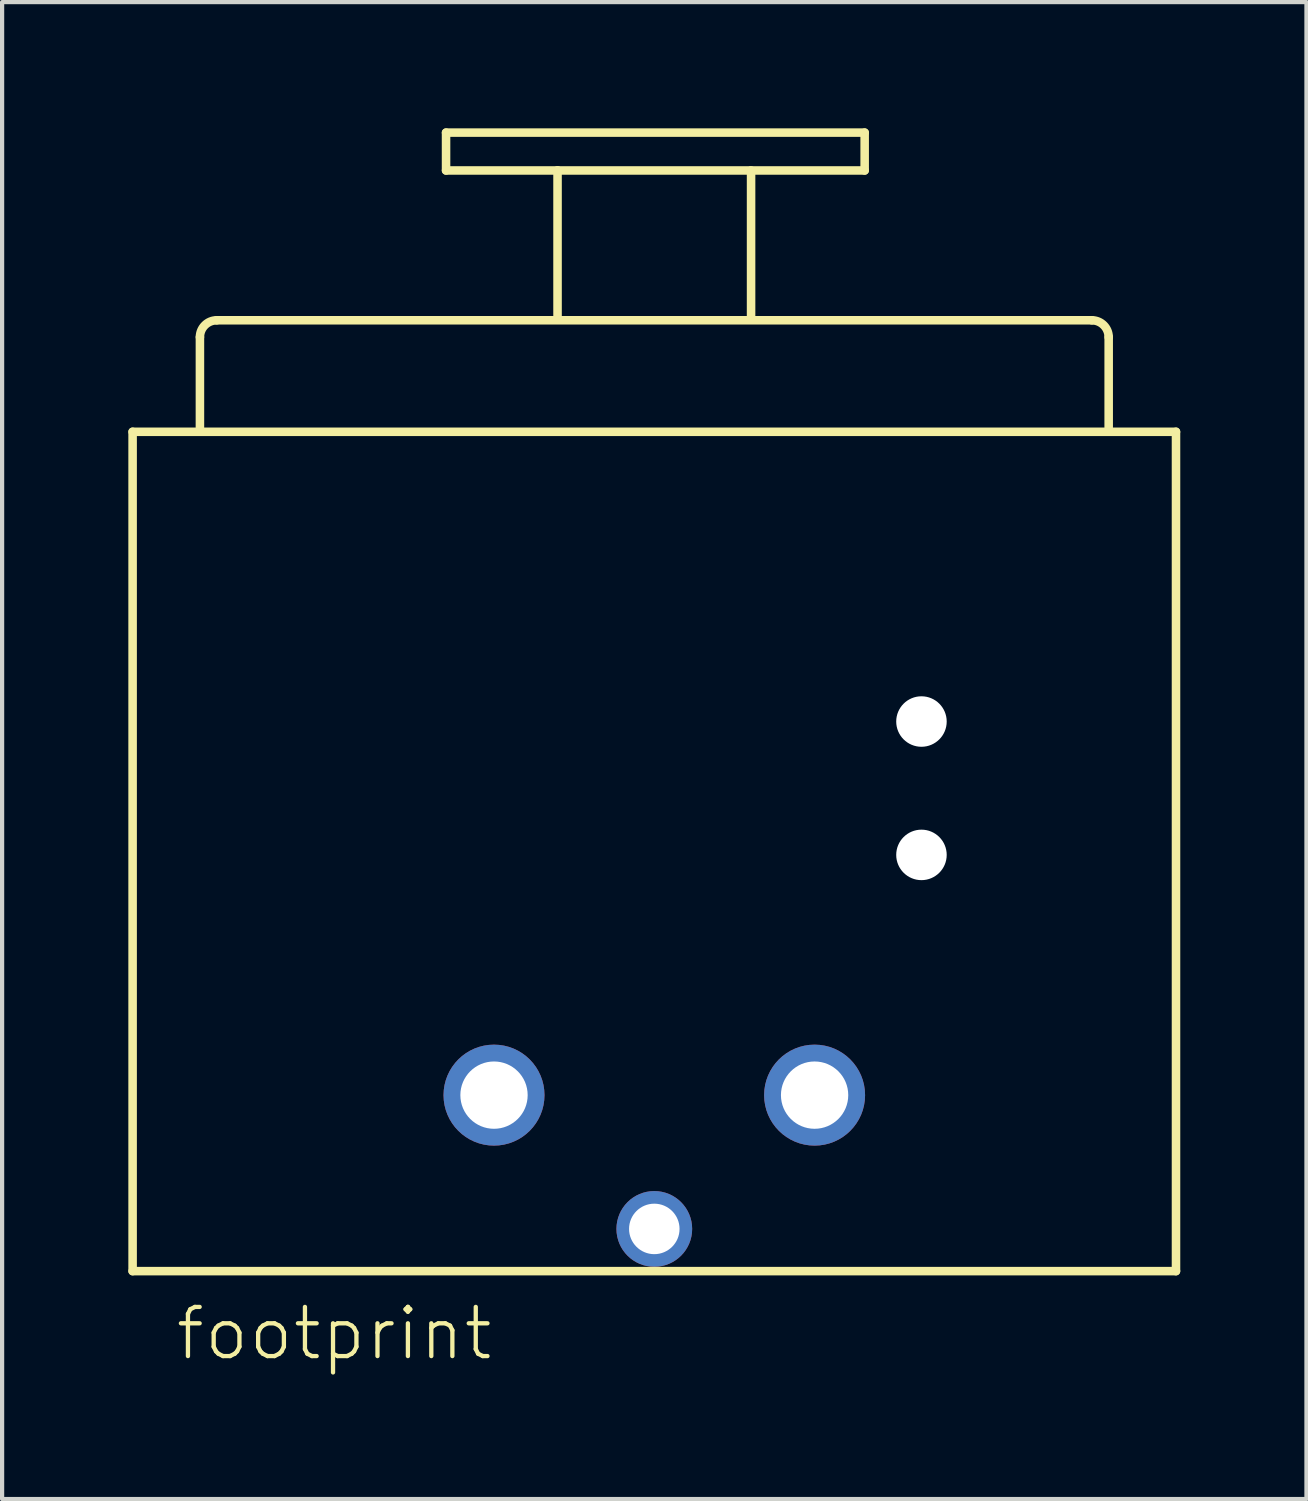
<source format=kicad_pcb>
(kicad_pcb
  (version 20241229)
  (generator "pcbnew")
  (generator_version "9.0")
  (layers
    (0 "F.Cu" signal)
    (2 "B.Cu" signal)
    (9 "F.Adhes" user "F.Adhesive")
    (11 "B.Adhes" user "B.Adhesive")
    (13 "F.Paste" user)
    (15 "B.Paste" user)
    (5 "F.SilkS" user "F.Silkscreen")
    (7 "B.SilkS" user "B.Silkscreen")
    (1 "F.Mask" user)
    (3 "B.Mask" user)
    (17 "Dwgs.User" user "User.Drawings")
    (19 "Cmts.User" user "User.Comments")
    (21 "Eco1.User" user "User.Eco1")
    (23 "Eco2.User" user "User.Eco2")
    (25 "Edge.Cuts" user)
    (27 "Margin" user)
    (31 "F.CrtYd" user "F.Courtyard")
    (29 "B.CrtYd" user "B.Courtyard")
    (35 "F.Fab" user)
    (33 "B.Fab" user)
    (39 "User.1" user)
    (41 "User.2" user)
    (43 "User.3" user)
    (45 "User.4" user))
  (footprint "footprint"
    (layer "F.Cu")
    (at 12.502 26.16)
    (property "Reference" "footprint" (at -11.43 3.17 0) (layer "F.SilkS") (effects (font (size 1.168 1.168) (thickness 0.102)) (justify left bottom)))
    (fp_line (start -12.4 -18.947) (end 12.4 -18.947) (stroke (width 0.203) (type solid)) (layer "F.SilkS"))
    (fp_line (start -12.4 1.003) (end -12.4 -18.947) (stroke (width 0.203) (type solid)) (layer "F.SilkS"))
    (fp_line (start -10.8 -19.047) (end -10.8 -21.197) (stroke (width 0.203) (type solid)) (layer "F.SilkS"))
    (fp_line (start -10.4 -21.597) (end 10.4 -21.597) (stroke (width 0.203) (type solid)) (layer "F.SilkS"))
    (fp_line (start -4.95 -26.058) (end 5 -26.058) (stroke (width 0.203) (type solid)) (layer "F.SilkS"))
    (fp_line (start -4.95 -25.158) (end -4.95 -26.058) (stroke (width 0.203) (type solid)) (layer "F.SilkS"))
    (fp_line (start -2.3 -25.158) (end -4.95 -25.158) (stroke (width 0.203) (type solid)) (layer "F.SilkS"))
    (fp_line (start -2.3 -25.158) (end 2.25 -25.158) (stroke (width 0.203) (type solid)) (layer "F.SilkS"))
    (fp_line (start -2.3 -21.708) (end -2.3 -25.158) (stroke (width 0.203) (type solid)) (layer "F.SilkS"))
    (fp_line (start 2.3 -25.158) (end 2.3 -21.708) (stroke (width 0.203) (type solid)) (layer "F.SilkS"))
    (fp_line (start 5 -26.058) (end 5 -25.158) (stroke (width 0.203) (type solid)) (layer "F.SilkS"))
    (fp_line (start 5 -25.158) (end 2.3 -25.158) (stroke (width 0.203) (type solid)) (layer "F.SilkS"))
    (fp_line (start 10.8 -21.197) (end 10.8 -19.047) (stroke (width 0.203) (type solid)) (layer "F.SilkS"))
    (fp_line (start 12.4 -18.947) (end 12.4 1.003) (stroke (width 0.203) (type solid)) (layer "F.SilkS"))
    (fp_line (start 12.4 1.003) (end -12.4 1.003) (stroke (width 0.203) (type solid)) (layer "F.SilkS"))
    (fp_arc (start -10.8 -21.1969) (mid -10.682843 -21.479743) (end -10.4 -21.5969) (stroke (width 0.2032) (type solid)) (layer "F.SilkS"))
    (fp_arc (start 10.4 -21.5969) (mid 10.682843 -21.479743) (end 10.8 -21.1969) (stroke (width 0.2032) (type solid)) (layer "F.SilkS"))
    (pad "" np_thru_hole circle (at 6.35 -12.06) (size 1.2 1.2) (drill 1.2) (layers "*.Cu" "*.Mask"))
    (pad "" np_thru_hole circle (at 6.35 -8.89) (size 1.2 1.2) (drill 1.2) (layers "*.Cu" "*.Mask"))
    (pad "1+G" thru_hole circle (at -3.81 -3.18) (size 2.4 2.4) (drill 1.6) (layers "*.Cu" "*.Mask"))
    (pad "2" thru_hole circle (at 0 0) (size 1.8 1.8) (drill 1.2) (layers "*.Cu" "*.Mask"))
    (pad "3" thru_hole circle (at 3.81 -3.18) (size 2.4 2.4) (drill 1.6) (layers "*.Cu" "*.Mask")))
  (gr_rect
    (start -3 -3)
    (end 28.003 32.58)
    (stroke (width 0.1) (type default))
    (fill no)
    (layer "Edge.Cuts")))
</source>
